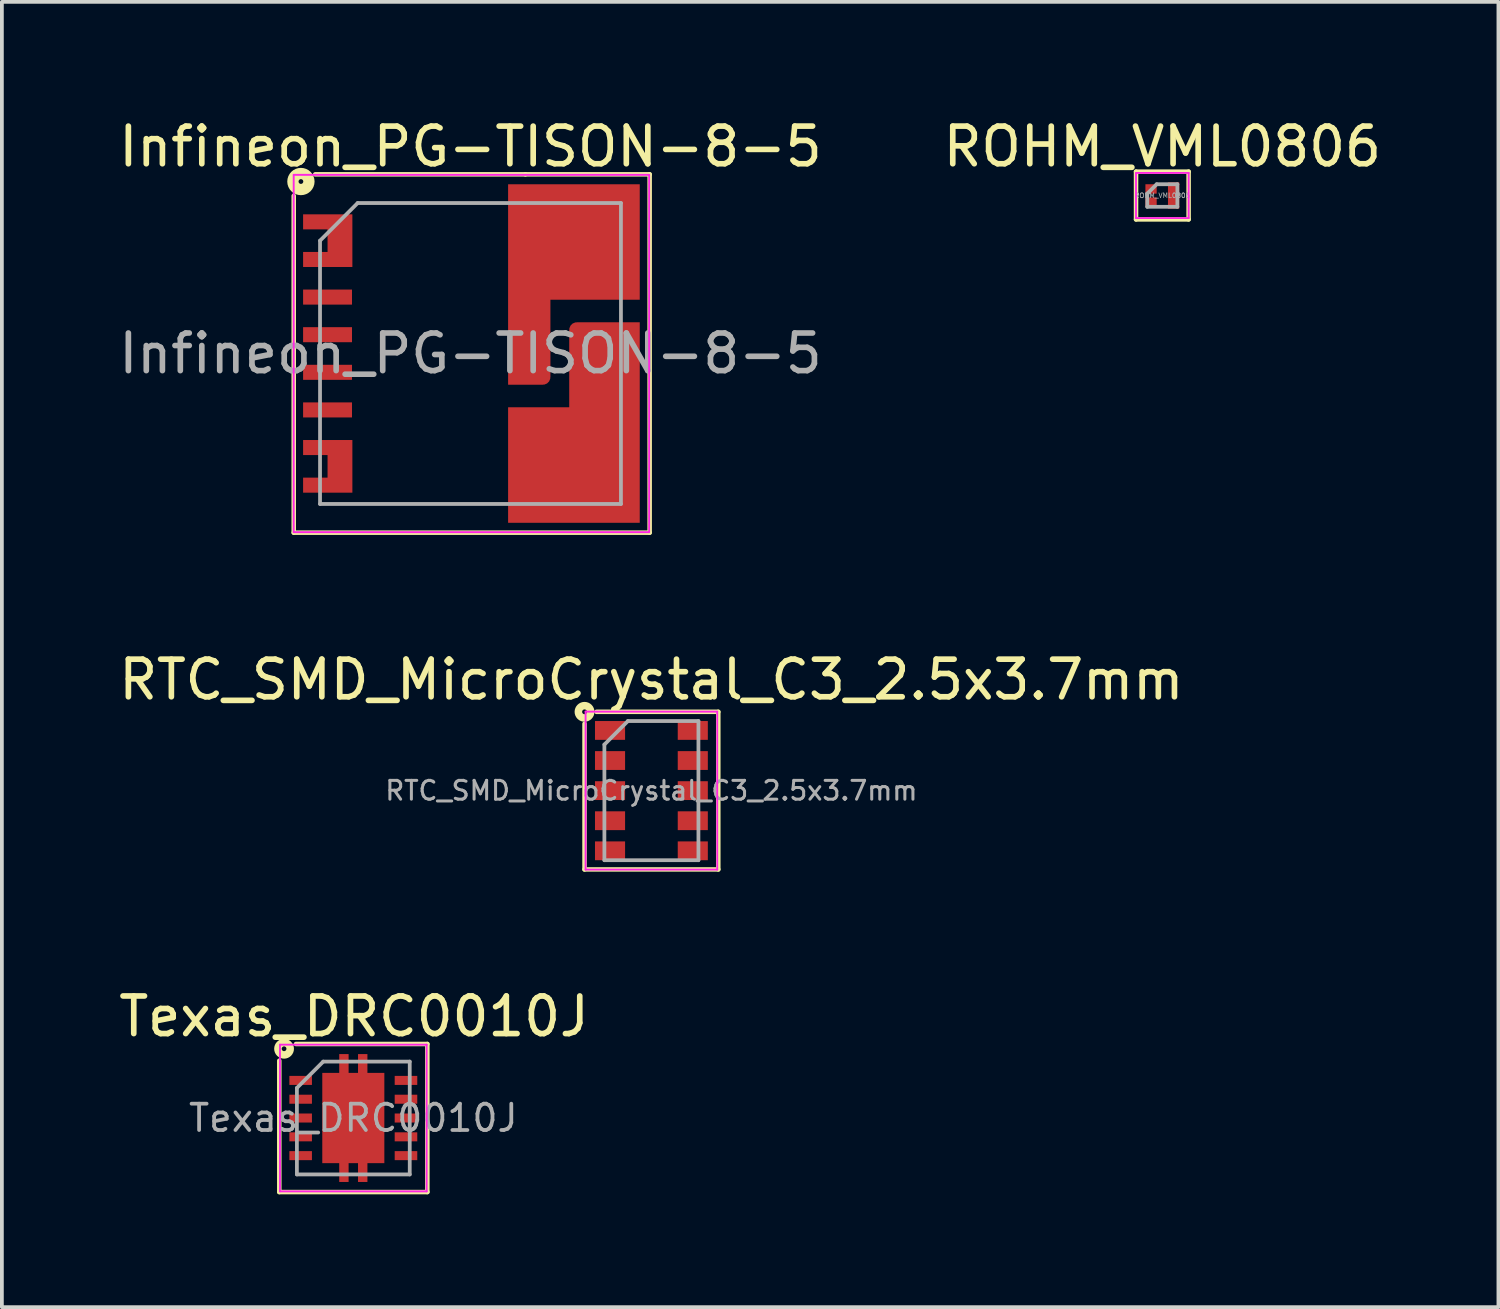
<source format=kicad_pcb>
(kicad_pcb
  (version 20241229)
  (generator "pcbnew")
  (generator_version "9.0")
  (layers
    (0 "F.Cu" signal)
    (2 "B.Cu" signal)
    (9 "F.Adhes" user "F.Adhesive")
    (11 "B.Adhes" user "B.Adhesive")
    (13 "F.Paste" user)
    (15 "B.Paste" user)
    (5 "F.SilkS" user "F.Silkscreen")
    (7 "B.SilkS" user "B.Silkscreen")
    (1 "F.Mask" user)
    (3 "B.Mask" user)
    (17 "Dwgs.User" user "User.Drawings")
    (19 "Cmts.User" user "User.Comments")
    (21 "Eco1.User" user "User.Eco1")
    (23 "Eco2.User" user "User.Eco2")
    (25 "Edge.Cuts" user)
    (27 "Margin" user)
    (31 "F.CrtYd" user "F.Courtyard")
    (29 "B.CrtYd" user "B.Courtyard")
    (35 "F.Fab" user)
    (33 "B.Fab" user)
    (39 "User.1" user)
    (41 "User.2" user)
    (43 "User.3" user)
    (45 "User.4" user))
  (footprint "RTC_SMD_MicroCrystal_C3_2.5x3.7mm"
    (layer "F.Cu")
    (at 14.268 17.969)
    (property "Reference" "RTC_SMD_MicroCrystal_C3_2.5x3.7mm" (at 0 -2.95 0) (layer "F.SilkS") (effects (font (size 1 1) (thickness 0.15))))
    (attr smd)
    (fp_line (start -1.778 2.095) (end -1.778 -1.778) (stroke (width 0.12) (type solid)) (layer "F.SilkS"))
    (fp_line (start -1.46 -2.095) (end 1.778 -2.095) (stroke (width 0.12) (type solid)) (layer "F.SilkS"))
    (fp_line (start 1.778 -2.095) (end 1.778 2.095) (stroke (width 0.12) (type solid)) (layer "F.SilkS"))
    (fp_line (start 1.778 2.095) (end -1.778 2.095) (stroke (width 0.12) (type solid)) (layer "F.SilkS"))
    (fp_circle (center -1.778 -2.095) (end -1.714 -2.095) (stroke (width 0.2) (type solid)) (fill no) (layer "F.SilkS"))
    (fp_line (start -1.75 -2.1) (end -1.75 2.1) (stroke (width 0.05) (type solid)) (layer "F.CrtYd"))
    (fp_line (start -1.75 -2.1) (end 1.75 -2.1) (stroke (width 0.05) (type solid)) (layer "F.CrtYd"))
    (fp_line (start -1.75 2.1) (end 1.75 2.1) (stroke (width 0.05) (type solid)) (layer "F.CrtYd"))
    (fp_line (start 1.75 -2.1) (end 1.75 2.1) (stroke (width 0.05) (type solid)) (layer "F.CrtYd"))
    (fp_line (start -1.25 -1.225) (end -1.25 1.85) (stroke (width 0.1) (type solid)) (layer "F.Fab"))
    (fp_line (start -1.25 1.85) (end 1.25 1.85) (stroke (width 0.1) (type solid)) (layer "F.Fab"))
    (fp_line (start -0.625 -1.85) (end -1.25 -1.225) (stroke (width 0.1) (type solid)) (layer "F.Fab"))
    (fp_line (start -0.625 -1.85) (end 1.25 -1.85) (stroke (width 0.1) (type solid)) (layer "F.Fab"))
    (fp_line (start 1.25 -1.85) (end 1.25 1.85) (stroke (width 0.1) (type solid)) (layer "F.Fab"))
    (fp_text user "${REFERENCE}" (at 0 0 0) (layer "F.Fab") (effects (font (size 0.5 0.5) (thickness 0.08))))
    (pad "1" smd rect (at -1.1 -1.6) (size 0.8 0.5) (layers "F.Cu" "F.Mask" "F.Paste"))
    (pad "2" smd rect (at -1.1 -0.8) (size 0.8 0.5) (layers "F.Cu" "F.Mask" "F.Paste"))
    (pad "3" smd rect (at -1.1 0) (size 0.8 0.5) (layers "F.Cu" "F.Mask" "F.Paste"))
    (pad "4" smd rect (at -1.1 0.8) (size 0.8 0.5) (layers "F.Cu" "F.Mask" "F.Paste"))
    (pad "5" smd rect (at -1.1 1.6) (size 0.8 0.5) (layers "F.Cu" "F.Mask" "F.Paste"))
    (pad "6" smd rect (at 1.1 1.6) (size 0.8 0.5) (layers "F.Cu" "F.Mask" "F.Paste"))
    (pad "7" smd rect (at 1.1 0.8) (size 0.8 0.5) (layers "F.Cu" "F.Mask" "F.Paste"))
    (pad "8" smd rect (at 1.1 0) (size 0.8 0.5) (layers "F.Cu" "F.Mask" "F.Paste"))
    (pad "9" smd rect (at 1.1 -0.8) (size 0.8 0.5) (layers "F.Cu" "F.Mask" "F.Paste"))
    (pad "10" smd rect (at 1.1 -1.6) (size 0.8 0.5) (layers "F.Cu" "F.Mask" "F.Paste")))
  (footprint "Texas_DRC0010J"
    (layer "F.Cu")
    (at 6.343 26.673)
    (property "Reference" "Texas_DRC0010J" (at 0.02 -2.7 0) (layer "F.SilkS") (effects (font (size 1 1) (thickness 0.15))))
    (attr smd)
    (fp_line (start -1.968 1.968) (end -1.968 -1.524) (stroke (width 0.12) (type solid)) (layer "F.SilkS"))
    (fp_line (start -1.524 -1.968) (end 1.968 -1.968) (stroke (width 0.12) (type solid)) (layer "F.SilkS"))
    (fp_line (start 1.968 -1.968) (end 1.968 1.968) (stroke (width 0.12) (type solid)) (layer "F.SilkS"))
    (fp_line (start 1.968 1.968) (end -1.968 1.968) (stroke (width 0.12) (type solid)) (layer "F.SilkS"))
    (fp_circle (center -1.841 -1.841) (end -1.778 -1.841) (stroke (width 0.2) (type solid)) (fill no) (layer "F.SilkS"))
    (fp_line (start -1.95 -1.95) (end -1.95 1.95) (stroke (width 0.05) (type solid)) (layer "F.CrtYd"))
    (fp_line (start -1.95 -1.95) (end 1.95 -1.95) (stroke (width 0.05) (type solid)) (layer "F.CrtYd"))
    (fp_line (start -1.95 1.95) (end 1.95 1.95) (stroke (width 0.05) (type solid)) (layer "F.CrtYd"))
    (fp_line (start 1.95 -1.95) (end 1.95 1.95) (stroke (width 0.05) (type solid)) (layer "F.CrtYd"))
    (fp_line (start -1.5 -0.8) (end -1.5 1.5) (stroke (width 0.1) (type solid)) (layer "F.Fab"))
    (fp_line (start -1.5 -0.8) (end -0.8 -1.5) (stroke (width 0.1) (type solid)) (layer "F.Fab"))
    (fp_line (start -1.5 1.5) (end 1.5 1.5) (stroke (width 0.1) (type solid)) (layer "F.Fab"))
    (fp_line (start -0.8 -1.5) (end 1.5 -1.5) (stroke (width 0.1) (type solid)) (layer "F.Fab"))
    (fp_line (start 1.5 -1.5) (end 1.5 1.5) (stroke (width 0.1) (type solid)) (layer "F.Fab"))
    (fp_text user "${REFERENCE}" (at 0 0 0) (layer "F.Fab") (effects (font (size 0.7 0.7) (thickness 0.1))))
    (pad "" smd roundrect (at -0.25 -1.53) (size 0.25 0.34) (layers "F.Paste") (roundrect_rratio 0.1))
    (pad "" smd roundrect (at -0.25 1.53) (size 0.25 0.34) (layers "F.Paste") (roundrect_rratio 0.1))
    (pad "" smd roundrect (at 0 -0.63) (size 1.5 1.06) (layers "F.Paste") (roundrect_rratio 0.1))
    (pad "" smd roundrect (at 0 0.63) (size 1.5 1.06) (layers "F.Paste") (roundrect_rratio 0.1))
    (pad "" smd roundrect (at 0.25 -1.53) (size 0.25 0.34) (layers "F.Paste") (roundrect_rratio 0.1))
    (pad "" smd roundrect (at 0.25 1.53) (size 0.25 0.34) (layers "F.Paste") (roundrect_rratio 0.1))
    (pad "1" smd rect (at -1.4 -1) (size 0.6 0.24) (layers "F.Cu" "F.Mask" "F.Paste"))
    (pad "2" smd rect (at -1.4 -0.5) (size 0.6 0.24) (layers "F.Cu" "F.Mask" "F.Paste"))
    (pad "3" smd rect (at -1.4 0) (size 0.6 0.24) (layers "F.Cu" "F.Mask" "F.Paste"))
    (pad "4" smd rect (at -1.4 0.5) (size 0.6 0.24) (layers "F.Cu" "F.Mask" "F.Paste"))
    (pad "5" smd rect (at -1.4 1) (size 0.6 0.24) (layers "F.Cu" "F.Mask" "F.Paste"))
    (pad "6" smd rect (at 1.4 1) (size 0.6 0.24) (layers "F.Cu" "F.Mask" "F.Paste"))
    (pad "7" smd rect (at 1.4 0.5) (size 0.6 0.24) (layers "F.Cu" "F.Mask" "F.Paste"))
    (pad "8" smd rect (at 1.4 0) (size 0.6 0.24) (layers "F.Cu" "F.Mask" "F.Paste"))
    (pad "9" smd rect (at 1.4 -0.5) (size 0.6 0.24) (layers "F.Cu" "F.Mask" "F.Paste"))
    (pad "10" smd rect (at 1.4 -1) (size 0.6 0.24) (layers "F.Cu" "F.Mask" "F.Paste"))
    (pad "11" smd custom (at 0 0) (size 1.65 2.4) (layers "F.Cu" "F.Mask") (options (anchor rect)) (primitives (gr_poly (pts (xy -0.125 -1.1) (xy 0.125 -1.1) (xy 0.125 -1.7) (xy 0.375 -1.7) (xy 0.375 1.7) (xy 0.125 1.7) (xy 0.125 1.1) (xy -0.125 1.1) (xy -0.125 1.7) (xy -0.375 1.7) (xy -0.375 -1.7) (xy -0.125 -1.7)) (width 0) (fill yes)))))
  (footprint "ROHM_VML0806"
    (layer "F.Cu")
    (at 27.851 2.148)
    (property "Reference" "ROHM_VML0806" (at 0 -1.3 0) (layer "F.SilkS") (effects (font (size 1 1) (thickness 0.15))))
    (attr smd)
    (fp_line (start -0.699 -0.635) (end 0.699 -0.635) (stroke (width 0.12) (type solid)) (layer "F.SilkS"))
    (fp_line (start -0.699 0.635) (end -0.699 -0.635) (stroke (width 0.12) (type solid)) (layer "F.SilkS"))
    (fp_line (start 0.699 -0.635) (end 0.699 0.635) (stroke (width 0.12) (type solid)) (layer "F.SilkS"))
    (fp_line (start 0.699 0.635) (end -0.699 0.635) (stroke (width 0.12) (type solid)) (layer "F.SilkS"))
    (fp_line (start -0.7 -0.6) (end 0.7 -0.6) (stroke (width 0.05) (type solid)) (layer "F.CrtYd"))
    (fp_line (start -0.7 0.6) (end -0.7 -0.6) (stroke (width 0.05) (type solid)) (layer "F.CrtYd"))
    (fp_line (start 0.7 -0.6) (end 0.7 0.6) (stroke (width 0.05) (type solid)) (layer "F.CrtYd"))
    (fp_line (start 0.7 0.6) (end -0.7 0.6) (stroke (width 0.05) (type solid)) (layer "F.CrtYd"))
    (fp_line (start -0.4 0.3) (end -0.4 -0.05) (stroke (width 0.1) (type solid)) (layer "F.Fab"))
    (fp_line (start -0.15 -0.3) (end -0.4 -0.05) (stroke (width 0.1) (type solid)) (layer "F.Fab"))
    (fp_line (start -0.15 -0.3) (end 0.4 -0.3) (stroke (width 0.1) (type solid)) (layer "F.Fab"))
    (fp_line (start 0.4 -0.3) (end 0.4 0.3) (stroke (width 0.1) (type solid)) (layer "F.Fab"))
    (fp_line (start 0.4 0.3) (end -0.4 0.3) (stroke (width 0.1) (type solid)) (layer "F.Fab"))
    (fp_text user "${REFERENCE}" (at 0 0 0) (layer "F.Fab") (effects (font (size 0.127 0.127) (thickness 0.02))))
    (pad "1" smd rect (at -0.3 -0.175) (size 0.3 0.25) (layers "F.Cu" "F.Mask" "F.Paste"))
    (pad "2" smd rect (at -0.3 0.175) (size 0.3 0.25) (layers "F.Cu" "F.Mask" "F.Paste"))
    (pad "3" smd rect (at 0.3 0) (size 0.3 0.7) (layers "F.Cu" "F.Mask" "F.Paste")))
  (footprint "Infineon_PG-TISON-8-5"
    (layer "F.Cu")
    (at 9.458 6.348)
    (property "Reference" "Infineon_PG-TISON-8-5" (at 0 -5.5 0) (layer "F.SilkS") (effects (font (size 1 1) (thickness 0.15))))
    (attr smd)
    (fp_line (start -4.699 -4.191) (end -4.699 4.763) (stroke (width 0.12) (type solid)) (layer "F.SilkS"))
    (fp_line (start -4.699 4.763) (end 4.763 4.763) (stroke (width 0.12) (type solid)) (layer "F.SilkS"))
    (fp_line (start 1.46 -4.763) (end -4.128 -4.763) (stroke (width 0.12) (type solid)) (layer "F.SilkS"))
    (fp_line (start 4.763 -4.763) (end 1.46 -4.763) (stroke (width 0.12) (type solid)) (layer "F.SilkS"))
    (fp_line (start 4.763 4.763) (end 4.763 -4.763) (stroke (width 0.12) (type solid)) (layer "F.SilkS"))
    (fp_circle (center -4.508 -4.572) (end -4.445 -4.572) (stroke (width 0.3) (type solid)) (fill no) (layer "F.SilkS"))
    (fp_line (start -4.7 -4.75) (end 4.75 -4.75) (stroke (width 0.05) (type solid)) (layer "F.CrtYd"))
    (fp_line (start -4.7 4.75) (end -4.7 -4.75) (stroke (width 0.05) (type solid)) (layer "F.CrtYd"))
    (fp_line (start 4.75 -4.75) (end 4.75 4.75) (stroke (width 0.05) (type solid)) (layer "F.CrtYd"))
    (fp_line (start 4.75 4.75) (end -4.7 4.75) (stroke (width 0.05) (type solid)) (layer "F.CrtYd"))
    (fp_line (start -4 -3) (end -4 4) (stroke (width 0.1) (type solid)) (layer "F.Fab"))
    (fp_line (start -3 -4) (end -4 -3) (stroke (width 0.1) (type solid)) (layer "F.Fab"))
    (fp_line (start -3 -4) (end 4 -4) (stroke (width 0.1) (type solid)) (layer "F.Fab"))
    (fp_line (start 4 -4) (end 4 4) (stroke (width 0.1) (type solid)) (layer "F.Fab"))
    (fp_line (start 4 4) (end -4 4) (stroke (width 0.1) (type solid)) (layer "F.Fab"))
    (fp_text user "${REFERENCE}" (at 0 0 0) (layer "F.Fab") (effects (font (size 1 1) (thickness 0.15))))
    (pad "" smd rect (at -3.8 -3.5) (size 1.2 0.3) (layers "F.Paste"))
    (pad "" smd rect (at -3.8 -2.5) (size 1.2 0.3) (layers "F.Paste"))
    (pad "" smd rect (at -3.8 -2.5) (size 1.2 0.3) (layers "F.Paste"))
    (pad "" smd rect (at -3.8 -1.5) (size 1.2 0.3) (layers "F.Paste"))
    (pad "" smd rect (at -3.8 -0.5) (size 1.2 0.3) (layers "F.Paste"))
    (pad "" smd rect (at -3.8 0.5) (size 1.2 0.3) (layers "F.Paste"))
    (pad "" smd rect (at -3.8 1.5) (size 1.2 0.3) (layers "F.Paste"))
    (pad "" smd rect (at -3.8 2.5) (size 1.2 0.3) (layers "F.Paste"))
    (pad "" smd rect (at -3.8 3.5) (size 1.2 0.3) (layers "F.Paste"))
    (pad "" smd rect (at -3.49 -3) (size 0.5 0.4) (layers "F.Paste"))
    (pad "" smd rect (at -3.49 3) (size 0.5 0.4) (layers "F.Paste"))
    (pad "" smd rect (at 1.561 -3.638) (size 0.7 1.225) (layers "F.Paste"))
    (pad "" smd rect (at 1.561 -1.425) (size 0.7 1.6) (layers "F.Paste"))
    (pad "" smd rect (at 1.561 0.403) (size 0.7 0.455) (layers "F.Paste"))
    (pad "" smd rect (at 1.561 1.903) (size 0.7 0.545) (layers "F.Paste"))
    (pad "" smd rect (at 1.561 3.612) (size 0.7 1.275) (layers "F.Paste"))
    (pad "" smd rect (at 2.38 2.915) (size 0.537 2.57) (layers "F.Paste"))
    (pad "" smd rect (at 2.586 -2.94) (size 0.95 2.62) (layers "F.Paste"))
    (pad "" smd rect (at 3.28 -0.375) (size 0.863 0.5) (layers "F.Paste"))
    (pad "" smd rect (at 3.28 1.425) (size 0.863 1.5) (layers "F.Paste"))
    (pad "" smd rect (at 3.28 3.612) (size 0.863 1.275) (layers "F.Paste"))
    (pad "" smd rect (at 3.486 -3.638) (size 0.45 1.225) (layers "F.Paste"))
    (pad "" smd rect (at 3.486 -1.927) (size 0.45 0.595) (layers "F.Paste"))
    (pad "" smd rect (at 4.111 -2.94) (size 0.4 2.62) (layers "F.Paste"))
    (pad "" smd rect (at 4.111 0.403) (size 0.4 2.055) (layers "F.Paste"))
    (pad "" smd rect (at 4.111 2.915) (size 0.4 2.57) (layers "F.Paste"))
    (pad "1" smd custom (at -3.47 -3) (size 0.66 1.4) (layers "F.Cu" "F.Mask") (options (anchor rect)) (primitives (gr_poly (pts (xy 0.33 0.7) (xy -0.98 0.7) (xy -0.98 0.3) (xy -0.33 0.3) (xy -0.33 -0.3) (xy -0.98 -0.3) (xy -0.98 -0.7) (xy 0.33 -0.7)) (width 0) (fill yes))))
    (pad "2" smd rect (at -3.8 -1.5) (size 1.3 0.4) (layers "F.Cu" "F.Mask"))
    (pad "3" smd rect (at -3.8 -0.5) (size 1.3 0.4) (layers "F.Cu" "F.Mask"))
    (pad "4" smd rect (at -3.8 0.5) (size 1.3 0.4) (layers "F.Cu" "F.Mask"))
    (pad "5" smd rect (at -3.8 1.5) (size 1.3 0.4) (layers "F.Cu" "F.Mask"))
    (pad "6" smd custom (at -3.47 3) (size 0.66 1.4) (layers "F.Cu" "F.Mask") (options (anchor rect)) (primitives (gr_poly (pts (xy 0.33 0.7) (xy -0.98 0.7) (xy -0.98 0.3) (xy -0.33 0.3) (xy -0.33 -0.3) (xy -0.98 -0.3) (xy -0.98 -0.7) (xy 0.33 -0.7)) (width 0) (fill yes))))
    (pad "7" smd custom (at 2.75 2.965) (size 3.5 3.07) (layers "F.Cu" "F.Mask") (options (anchor rect)) (primitives (gr_poly (pts (xy 1.75 -1.535) (xy -0.125 -1.535) (xy -0.125 -3.595) (xy 0.075 -3.795) (xy 1.75 -3.795)) (width 0) (fill yes)) (gr_circle (center 0.075 -3.595) (end 0.275 -3.595) (width 0) (fill yes))))
    (pad "8" smd custom (at 2.75 -2.965) (size 3.5 3.07) (layers "F.Cu" "F.Mask") (options (anchor rect)) (primitives (gr_poly (pts (xy -0.625 3.595) (xy -0.825 3.795) (xy -1.75 3.795) (xy -1.75 1.535) (xy -0.625 1.535)) (width 0) (fill yes)) (gr_circle (center -0.825 3.595) (end -0.625 3.595) (width 0) (fill yes)))))
  (gr_rect
    (start -3 -3)
    (end 36.786 31.701)
    (stroke (width 0.1) (type default))
    (fill no)
    (layer "Edge.Cuts")))
</source>
